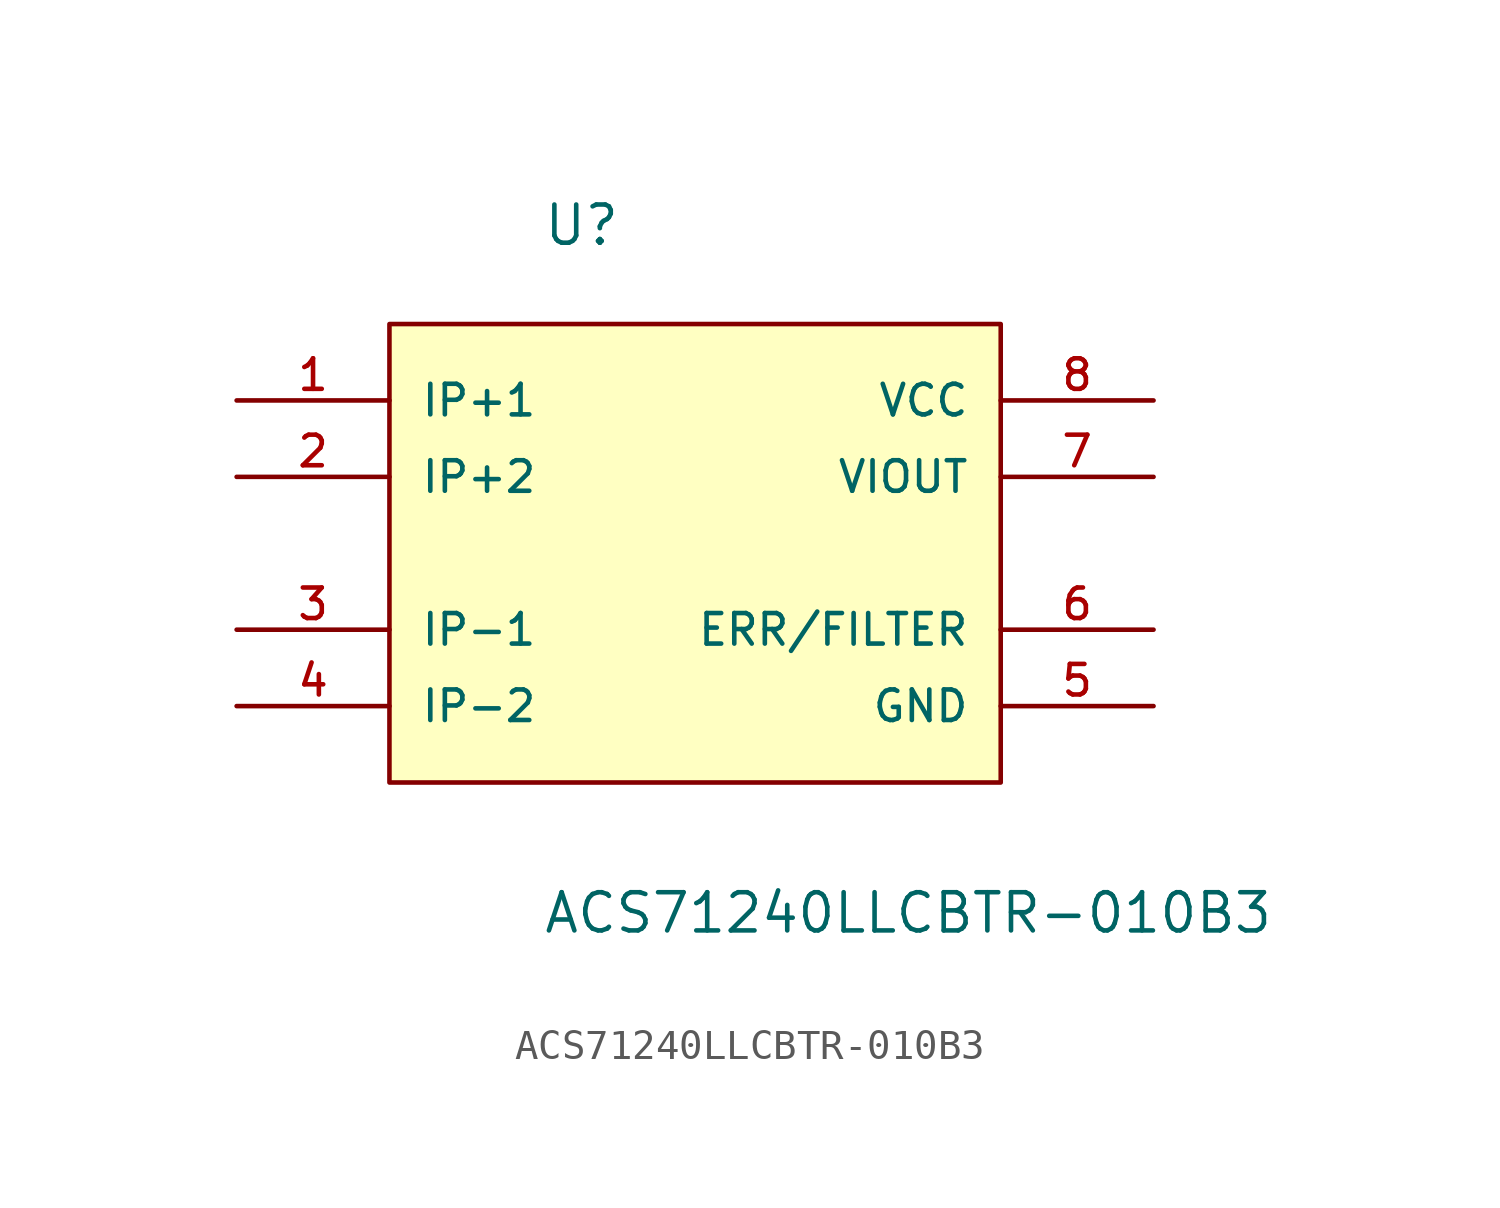
<source format=kicad_sym>
(kicad_symbol_lib
  (version 20211014)
  (generator kicad_symbol_editor)
  (symbol "ACS71240LLCBTR-010B3"
    (pin_names
      (offset 1.016))
    (property "Reference" "U"
      (at -5.08 10.16 0)
      (effects (font (size 1.27 1.27)) (justify bottom left)))
    (property "Value" "ACS71240LLCBTR-010B3"
      (at -5.08 -12.7 0)
      (effects (font (size 1.27 1.27)) (justify bottom left)))
    (symbol "ACS71240LLCBTR-010B3_0_0"
      (rectangle (start -10.16 -7.62) (end 10.16 7.62) (stroke (width 0.152)) (fill (type background)))
      (pin bidirectional line (at -15.24 5.08 0) (length 5.08) (name "IP+1" (effects (font (size 1.016 1.016)))) (number "1" (effects (font (size 1.016 1.016)))))
      (pin bidirectional line (at -15.24 2.54 0) (length 5.08) (name "IP+2" (effects (font (size 1.016 1.016)))) (number "2" (effects (font (size 1.016 1.016)))))
      (pin bidirectional line (at -15.24 -2.54 0) (length 5.08) (name "IP-1" (effects (font (size 1.016 1.016)))) (number "3" (effects (font (size 1.016 1.016)))))
      (pin bidirectional line (at -15.24 -5.08 0) (length 5.08) (name "IP-2" (effects (font (size 1.016 1.016)))) (number "4" (effects (font (size 1.016 1.016)))))
      (pin power_in line (at 15.24 5.08 180.0) (length 5.08) (name "VCC" (effects (font (size 1.016 1.016)))) (number "8" (effects (font (size 1.016 1.016)))))
      (pin bidirectional line (at 15.24 2.54 180.0) (length 5.08) (name "VIOUT" (effects (font (size 1.016 1.016)))) (number "7" (effects (font (size 1.016 1.016)))))
      (pin bidirectional line (at 15.24 -2.54 180.0) (length 5.08) (name "ERR/FILTER" (effects (font (size 1.016 1.016)))) (number "6" (effects (font (size 1.016 1.016)))))
      (pin power_in line (at 15.24 -5.08 180.0) (length 5.08) (name "GND" (effects (font (size 1.016 1.016)))) (number "5" (effects (font (size 1.016 1.016))))))))
</source>
